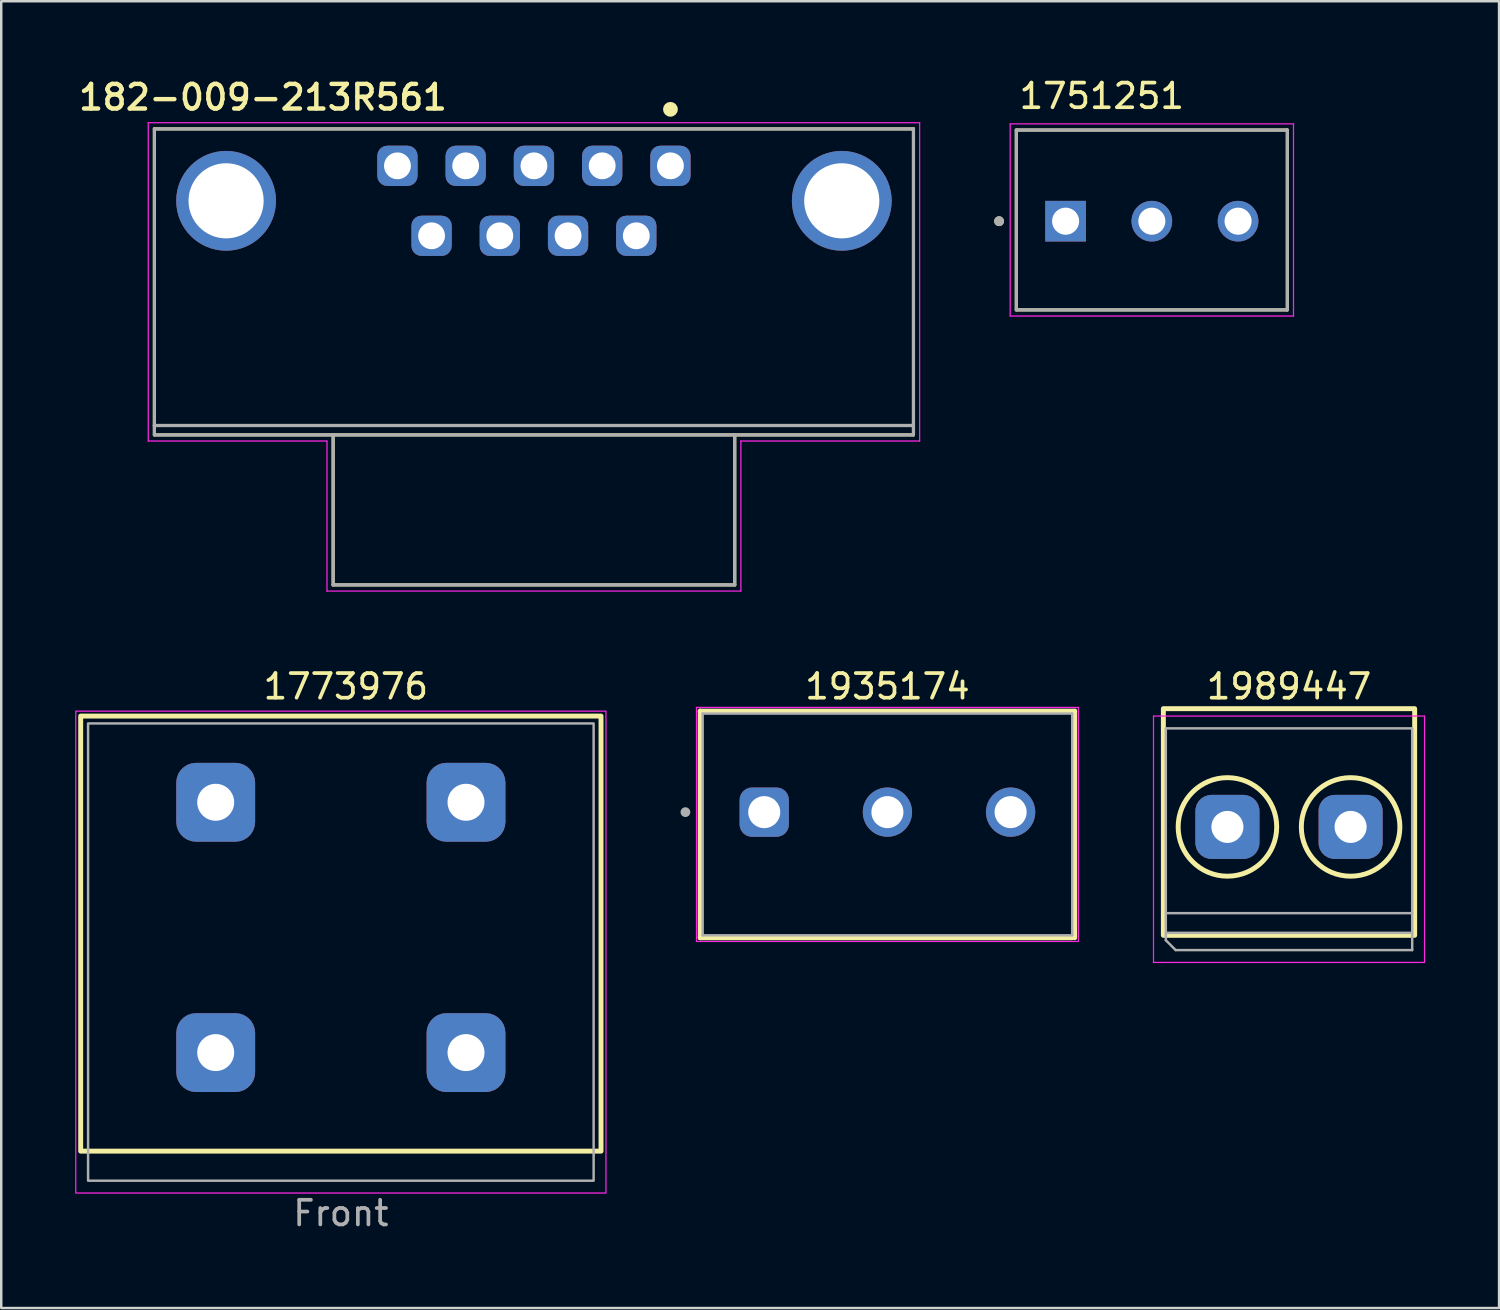
<source format=kicad_pcb>
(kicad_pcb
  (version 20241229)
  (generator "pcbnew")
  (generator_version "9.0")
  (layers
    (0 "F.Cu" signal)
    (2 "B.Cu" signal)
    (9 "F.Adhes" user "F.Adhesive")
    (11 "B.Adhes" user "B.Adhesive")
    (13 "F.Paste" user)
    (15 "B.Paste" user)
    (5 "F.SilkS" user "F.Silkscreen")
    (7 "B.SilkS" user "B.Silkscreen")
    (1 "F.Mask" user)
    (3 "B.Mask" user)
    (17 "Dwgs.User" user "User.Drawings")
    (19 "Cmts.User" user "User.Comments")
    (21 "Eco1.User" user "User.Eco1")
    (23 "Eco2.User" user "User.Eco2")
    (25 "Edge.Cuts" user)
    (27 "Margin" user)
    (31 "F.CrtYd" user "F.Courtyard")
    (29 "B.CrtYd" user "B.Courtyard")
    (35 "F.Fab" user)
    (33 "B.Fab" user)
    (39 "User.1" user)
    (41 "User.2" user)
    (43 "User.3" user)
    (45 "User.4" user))
  (footprint "1989447"
    (layer "F.Cu")
    (at 49.27 30.514)
    (property "Reference" "1989447" (at 0 -5.7 0) (layer "F.SilkS") (effects (font (size 1 1) (thickness 0.15))))
    (attr through_hole)
    (fp_rect (start -5.1 4.4) (end 5.1 -4.8) (stroke (width 0.2) (type solid)) (fill no) (layer "F.SilkS"))
    (fp_circle (center -2.5 0) (end -0.5 0) (stroke (width 0.2) (type solid)) (fill no) (layer "F.SilkS"))
    (fp_circle (center 2.5 0) (end 4.5 0) (stroke (width 0.2) (type solid)) (fill no) (layer "F.SilkS"))
    (fp_line (start -5.5 -4.5) (end -5.5 5.5) (stroke (width 0.05) (type solid)) (layer "F.CrtYd"))
    (fp_line (start -5.5 5.5) (end 5.5 5.5) (stroke (width 0.05) (type solid)) (layer "F.CrtYd"))
    (fp_line (start 5.5 -4.5) (end -5.5 -4.5) (stroke (width 0.05) (type solid)) (layer "F.CrtYd"))
    (fp_line (start 5.5 5.5) (end 5.5 -4.5) (stroke (width 0.05) (type solid)) (layer "F.CrtYd"))
    (fp_line (start -5 -4) (end 5 -4) (stroke (width 0.1) (type solid)) (layer "F.Fab"))
    (fp_line (start -5 3.5) (end 5 3.5) (stroke (width 0.1) (type solid)) (layer "F.Fab"))
    (fp_line (start -5 4.3) (end 5 4.3) (stroke (width 0.1) (type solid)) (layer "F.Fab"))
    (fp_line (start -5 4.6) (end -5 -4) (stroke (width 0.1) (type solid)) (layer "F.Fab"))
    (fp_line (start -4.6 5) (end -5 4.6) (stroke (width 0.1) (type solid)) (layer "F.Fab"))
    (fp_line (start 5 -4) (end 5 5) (stroke (width 0.1) (type solid)) (layer "F.Fab"))
    (fp_line (start 5 5) (end -4.6 5) (stroke (width 0.1) (type solid)) (layer "F.Fab"))
    (pad "1" thru_hole roundrect (at -2.5 0) (size 2.6 2.6) (drill 1.3) (layers "*.Cu" "*.Mask") (roundrect_rratio 0.25))
    (pad "2" thru_hole roundrect (at 2.5 0) (size 2.6 2.6) (drill 1.3) (layers "*.Cu" "*.Mask") (roundrect_rratio 0.25)))
  (footprint "1935174"
    (layer "F.Cu")
    (at 32.97 29.914)
    (property "Reference" "1935174" (at 0 -5.1 0) (layer "F.SilkS") (effects (font (size 1 1) (thickness 0.15))))
    (attr through_hole)
    (fp_line (start -7.6 -4.1) (end 7.6 -4.1) (stroke (width 0.2) (type solid)) (layer "F.SilkS"))
    (fp_line (start -7.6 5.1) (end -7.6 -4.1) (stroke (width 0.2) (type solid)) (layer "F.SilkS"))
    (fp_line (start 7.5 5.1) (end -7.6 5.1) (stroke (width 0.2) (type solid)) (layer "F.SilkS"))
    (fp_line (start 7.6 -4.1) (end 7.6 5.1) (stroke (width 0.2) (type solid)) (layer "F.SilkS"))
    (fp_line (start -7.75 -4.25) (end -7.75 5.25) (stroke (width 0.05) (type solid)) (layer "F.CrtYd"))
    (fp_line (start -7.75 5.25) (end 7.75 5.25) (stroke (width 0.05) (type solid)) (layer "F.CrtYd"))
    (fp_line (start 7.75 -4.25) (end -7.75 -4.25) (stroke (width 0.05) (type solid)) (layer "F.CrtYd"))
    (fp_line (start 7.75 5.25) (end 7.75 -4.25) (stroke (width 0.05) (type solid)) (layer "F.CrtYd"))
    (fp_line (start -7.5 -4) (end 7.5 -4) (stroke (width 0.1) (type solid)) (layer "F.Fab"))
    (fp_line (start -7.5 5) (end -7.5 -4) (stroke (width 0.1) (type solid)) (layer "F.Fab"))
    (fp_line (start 7.5 -4) (end 7.5 5) (stroke (width 0.1) (type solid)) (layer "F.Fab"))
    (fp_line (start 7.5 5) (end -7.5 5) (stroke (width 0.1) (type solid)) (layer "F.Fab"))
    (fp_circle (center -8.2 0) (end -8.1 0) (stroke (width 0.2) (type solid)) (fill no) (layer "F.Fab"))
    (pad "1" thru_hole roundrect (at -5 0) (size 2 2) (drill 1.3) (layers "*.Cu" "*.Mask") (roundrect_rratio 0.25))
    (pad "2" thru_hole circle (at 0 0) (size 2 2) (drill 1.3) (layers "*.Cu" "*.Mask"))
    (pad "3" thru_hole circle (at 5 0) (size 2 2) (drill 1.3) (layers "*.Cu" "*.Mask")))
  (footprint "1751251"
    (layer "F.Cu")
    (at 43.702 5.928)
    (property "Reference" "1751251" (at -2.032 -5.08 0) (layer "F.SilkS") (effects (font (size 1 1) (thickness 0.15))))
    (attr through_hole)
    (fp_line (start -5.5 -3.7) (end 5.5 -3.7) (stroke (width 0.127) (type solid)) (layer "F.SilkS"))
    (fp_line (start -5.5 3.6) (end -5.5 -3.7) (stroke (width 0.127) (type solid)) (layer "F.SilkS"))
    (fp_line (start 5.5 -3.7) (end 5.5 3.6) (stroke (width 0.127) (type solid)) (layer "F.SilkS"))
    (fp_line (start 5.5 3.6) (end -5.5 3.6) (stroke (width 0.127) (type solid)) (layer "F.SilkS"))
    (fp_circle (center -6.2 0) (end -6.1 0) (stroke (width 0.2) (type solid)) (fill no) (layer "F.SilkS"))
    (fp_line (start -5.75 -3.95) (end 5.75 -3.95) (stroke (width 0.05) (type solid)) (layer "F.CrtYd"))
    (fp_line (start -5.75 3.85) (end -5.75 -3.95) (stroke (width 0.05) (type solid)) (layer "F.CrtYd"))
    (fp_line (start 5.75 -3.95) (end 5.75 3.85) (stroke (width 0.05) (type solid)) (layer "F.CrtYd"))
    (fp_line (start 5.75 3.85) (end -5.75 3.85) (stroke (width 0.05) (type solid)) (layer "F.CrtYd"))
    (fp_line (start -5.5 -3.7) (end 5.5 -3.7) (stroke (width 0.127) (type solid)) (layer "F.Fab"))
    (fp_line (start -5.5 3.6) (end -5.5 -3.7) (stroke (width 0.127) (type solid)) (layer "F.Fab"))
    (fp_line (start 5.5 -3.7) (end 5.5 3.6) (stroke (width 0.127) (type solid)) (layer "F.Fab"))
    (fp_line (start 5.5 3.6) (end -5.5 3.6) (stroke (width 0.127) (type solid)) (layer "F.Fab"))
    (fp_circle (center -6.2 0) (end -6.1 0) (stroke (width 0.2) (type solid)) (fill no) (layer "F.Fab"))
    (pad "1" thru_hole rect (at -3.5 0) (size 1.65 1.65) (drill 1.1) (layers "*.Cu" "*.Mask"))
    (pad "2" thru_hole circle (at 0 0) (size 1.65 1.65) (drill 1.1) (layers "*.Cu" "*.Mask"))
    (pad "3" thru_hole circle (at 3.5 0) (size 1.65 1.65) (drill 1.1) (layers "*.Cu" "*.Mask")))
  (footprint "182-009-213R561"
    (layer "F.Cu")
    (at 18.622 5.101)
    (property "Reference" "182-009-213R561" (at -11 -4.2 0) (layer "F.SilkS") (effects (font (size 1 1) (thickness 0.18))))
    (attr through_hole)
    (fp_line (start -15.405 -2.92) (end 15.405 -2.92) (stroke (width 0.127) (type solid)) (layer "F.SilkS"))
    (fp_line (start -15.405 9.12) (end -15.405 -2.92) (stroke (width 0.127) (type solid)) (layer "F.SilkS"))
    (fp_line (start -15.405 9.5) (end -15.405 9.12) (stroke (width 0.127) (type solid)) (layer "F.SilkS"))
    (fp_line (start -8.15 9.5) (end -15.405 9.5) (stroke (width 0.127) (type solid)) (layer "F.SilkS"))
    (fp_line (start -8.15 9.5) (end -8.15 15.59) (stroke (width 0.127) (type solid)) (layer "F.SilkS"))
    (fp_line (start -8.15 15.59) (end 8.15 15.59) (stroke (width 0.127) (type solid)) (layer "F.SilkS"))
    (fp_line (start 8.15 9.5) (end -8.15 9.5) (stroke (width 0.127) (type solid)) (layer "F.SilkS"))
    (fp_line (start 8.15 15.59) (end 8.15 9.5) (stroke (width 0.127) (type solid)) (layer "F.SilkS"))
    (fp_line (start 15.405 -2.92) (end 15.405 9.12) (stroke (width 0.127) (type solid)) (layer "F.SilkS"))
    (fp_line (start 15.405 9.12) (end -15.405 9.12) (stroke (width 0.127) (type solid)) (layer "F.SilkS"))
    (fp_line (start 15.405 9.12) (end 15.405 9.5) (stroke (width 0.127) (type solid)) (layer "F.SilkS"))
    (fp_line (start 15.405 9.5) (end 8.15 9.5) (stroke (width 0.127) (type solid)) (layer "F.SilkS"))
    (fp_circle (center 5.54 -3.714) (end 5.69 -3.714) (stroke (width 0.3) (type solid)) (fill no) (layer "F.SilkS"))
    (fp_line (start -15.655 -3.17) (end 15.655 -3.17) (stroke (width 0.05) (type solid)) (layer "F.CrtYd"))
    (fp_line (start -15.655 9.75) (end -15.655 -3.17) (stroke (width 0.05) (type solid)) (layer "F.CrtYd"))
    (fp_line (start -8.4 9.75) (end -15.655 9.75) (stroke (width 0.05) (type solid)) (layer "F.CrtYd"))
    (fp_line (start -8.4 15.84) (end -8.4 9.75) (stroke (width 0.05) (type solid)) (layer "F.CrtYd"))
    (fp_line (start 8.4 9.75) (end 8.4 15.84) (stroke (width 0.05) (type solid)) (layer "F.CrtYd"))
    (fp_line (start 8.4 15.84) (end -8.4 15.84) (stroke (width 0.05) (type solid)) (layer "F.CrtYd"))
    (fp_line (start 15.655 -3.17) (end 15.655 9.75) (stroke (width 0.05) (type solid)) (layer "F.CrtYd"))
    (fp_line (start 15.655 9.75) (end 8.4 9.75) (stroke (width 0.05) (type solid)) (layer "F.CrtYd"))
    (fp_line (start -15.405 -2.92) (end 15.405 -2.92) (stroke (width 0.127) (type solid)) (layer "F.Fab"))
    (fp_line (start -15.405 9.12) (end -15.405 -2.92) (stroke (width 0.127) (type solid)) (layer "F.Fab"))
    (fp_line (start -15.405 9.5) (end -15.405 9.12) (stroke (width 0.127) (type solid)) (layer "F.Fab"))
    (fp_line (start -8.15 9.5) (end -15.405 9.5) (stroke (width 0.127) (type solid)) (layer "F.Fab"))
    (fp_line (start -8.15 9.5) (end -8.15 15.59) (stroke (width 0.127) (type solid)) (layer "F.Fab"))
    (fp_line (start -8.15 15.59) (end 8.15 15.59) (stroke (width 0.127) (type solid)) (layer "F.Fab"))
    (fp_line (start 8.15 9.5) (end -8.15 9.5) (stroke (width 0.127) (type solid)) (layer "F.Fab"))
    (fp_line (start 8.15 15.59) (end 8.15 9.5) (stroke (width 0.127) (type solid)) (layer "F.Fab"))
    (fp_line (start 15.405 -2.92) (end 15.405 9.12) (stroke (width 0.127) (type solid)) (layer "F.Fab"))
    (fp_line (start 15.405 9.12) (end -15.405 9.12) (stroke (width 0.127) (type solid)) (layer "F.Fab"))
    (fp_line (start 15.405 9.12) (end 15.405 9.5) (stroke (width 0.127) (type solid)) (layer "F.Fab"))
    (fp_line (start 15.405 9.5) (end 8.15 9.5) (stroke (width 0.127) (type solid)) (layer "F.Fab"))
    (pad "1" thru_hole roundrect (at 5.54 -1.42) (size 1.635 1.635) (drill 1.09) (layers "*.Cu" "*.Mask") (roundrect_rratio 0.25))
    (pad "2" thru_hole roundrect (at 2.77 -1.42) (size 1.635 1.635) (drill 1.09) (layers "*.Cu" "*.Mask") (roundrect_rratio 0.25))
    (pad "3" thru_hole roundrect (at 0 -1.42) (size 1.635 1.635) (drill 1.09) (layers "*.Cu" "*.Mask") (roundrect_rratio 0.25))
    (pad "4" thru_hole roundrect (at -2.77 -1.42) (size 1.635 1.635) (drill 1.09) (layers "*.Cu" "*.Mask") (roundrect_rratio 0.25))
    (pad "5" thru_hole roundrect (at -5.54 -1.42) (size 1.635 1.635) (drill 1.09) (layers "*.Cu" "*.Mask") (roundrect_rratio 0.25))
    (pad "6" thru_hole roundrect (at 4.155 1.42) (size 1.635 1.635) (drill 1.09) (layers "*.Cu" "*.Mask") (roundrect_rratio 0.25))
    (pad "7" thru_hole roundrect (at 1.385 1.42) (size 1.635 1.635) (drill 1.09) (layers "*.Cu" "*.Mask") (roundrect_rratio 0.25))
    (pad "8" thru_hole roundrect (at -1.385 1.42) (size 1.635 1.635) (drill 1.09) (layers "*.Cu" "*.Mask") (roundrect_rratio 0.25))
    (pad "9" thru_hole roundrect (at -4.155 1.42) (size 1.635 1.635) (drill 1.09) (layers "*.Cu" "*.Mask") (roundrect_rratio 0.25))
    (pad "SH" thru_hole circle (at -12.495 0) (size 4.05 4.05) (drill 3.05) (layers "*.Cu" "*.Mask"))
    (pad "SH" thru_hole circle (at 12.495 0) (size 4.05 4.05) (drill 3.05) (layers "*.Cu" "*.Mask")))
  (footprint "1773976"
    (layer "F.Cu")
    (at 10.785 34.594)
    (property "Reference" "1773976" (at 0.202 -9.78 0) (layer "F.SilkS") (effects (font (size 1 1) (thickness 0.15))))
    (attr through_hole)
    (fp_rect (start -10.56 -8.58) (end 10.56 9.08) (stroke (width 0.2) (type solid)) (fill no) (layer "F.SilkS"))
    (fp_rect (start -10.76 -8.78) (end 10.76 10.78) (stroke (width 0.05) (type solid)) (fill no) (layer "F.CrtYd"))
    (fp_rect (start -10.26 -8.28) (end 10.26 10.28) (stroke (width 0.1) (type solid)) (fill no) (layer "F.Fab"))
    (fp_text user "Front" (at 0 11.6 0) (unlocked yes) (layer "F.Fab") (effects (font (size 1 1) (thickness 0.15))))
    (pad "" thru_hole roundrect (at -5.08 -5.08) (size 3.2 3.2) (drill 1.5) (layers "*.Cu" "*.Mask") (roundrect_rratio 0.25))
    (pad "" thru_hole roundrect (at -5.08 5.08) (size 3.2 3.2) (drill 1.5) (layers "*.Cu" "*.Mask") (roundrect_rratio 0.25))
    (pad "" thru_hole roundrect (at 5.08 -5.08) (size 3.2 3.2) (drill 1.5) (layers "*.Cu" "*.Mask") (roundrect_rratio 0.25))
    (pad "" thru_hole roundrect (at 5.08 5.08) (size 3.2 3.2) (drill 1.5) (layers "*.Cu" "*.Mask") (roundrect_rratio 0.25)))
  (gr_rect
    (start -3 -3)
    (end 57.795 50.042)
    (stroke (width 0.1) (type default))
    (fill no)
    (layer "Edge.Cuts")))
</source>
